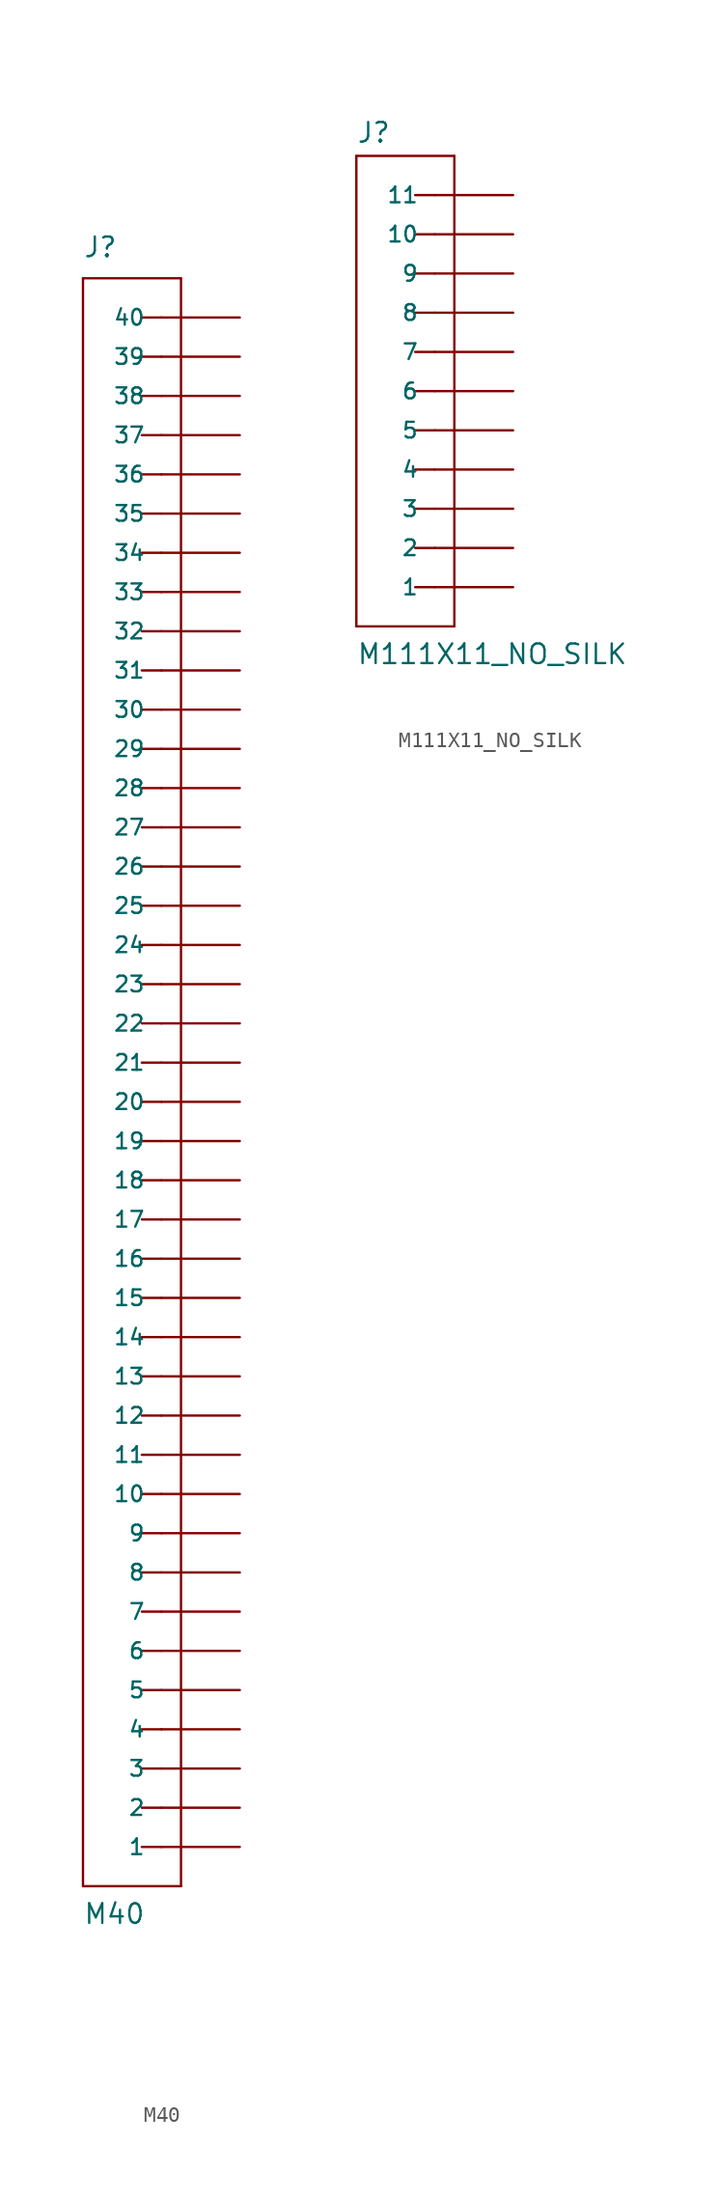
<source format=kicad_sym>
(kicad_symbol_lib
  (version 20211014)
  (generator kicad_symbol_editor)
  (symbol "M40"
    (pin_numbers hide)
    (pin_names
      (offset 1.016))
    (property "Reference" "J"
      (at 0 57.15 0)
      (effects (font (size 1.27 1.27)) (justify left bottom)))
    (property "Value" "M40"
      (at 0 -50.8 0)
      (effects (font (size 1.27 1.27)) (justify left bottom)))
    (property "Datasheet" ""
      (at 0 0 0)
      (effects (font (size 1.524 1.524))))
    (property "ki_locked" ""
      (at 0 0 0)
      (effects (font (size 1.27 1.27))))
    (symbol "M40_1_0"
      (polyline (pts (xy 0 55.88) (xy 0 -48.26)) (stroke (width 0) (type default) (color 0 0 0 0)) (fill (type none)))
      (polyline (pts (xy 0 55.88) (xy 6.35 55.88)) (stroke (width 0) (type default) (color 0 0 0 0)) (fill (type none)))
      (polyline (pts (xy 3.81 -45.72) (xy 5.08 -45.72)) (stroke (width 0) (type default) (color 0 0 0 0)) (fill (type none)))
      (polyline (pts (xy 3.81 -43.18) (xy 5.08 -43.18)) (stroke (width 0) (type default) (color 0 0 0 0)) (fill (type none)))
      (polyline (pts (xy 3.81 -40.64) (xy 5.08 -40.64)) (stroke (width 0) (type default) (color 0 0 0 0)) (fill (type none)))
      (polyline (pts (xy 3.81 -38.1) (xy 5.08 -38.1)) (stroke (width 0) (type default) (color 0 0 0 0)) (fill (type none)))
      (polyline (pts (xy 3.81 -35.56) (xy 5.08 -35.56)) (stroke (width 0) (type default) (color 0 0 0 0)) (fill (type none)))
      (polyline (pts (xy 3.81 -33.02) (xy 5.08 -33.02)) (stroke (width 0) (type default) (color 0 0 0 0)) (fill (type none)))
      (polyline (pts (xy 3.81 -30.48) (xy 5.08 -30.48)) (stroke (width 0) (type default) (color 0 0 0 0)) (fill (type none)))
      (polyline (pts (xy 3.81 -27.94) (xy 5.08 -27.94)) (stroke (width 0) (type default) (color 0 0 0 0)) (fill (type none)))
      (polyline (pts (xy 3.81 -25.4) (xy 5.08 -25.4)) (stroke (width 0) (type default) (color 0 0 0 0)) (fill (type none)))
      (polyline (pts (xy 3.81 -22.86) (xy 5.08 -22.86)) (stroke (width 0) (type default) (color 0 0 0 0)) (fill (type none)))
      (polyline (pts (xy 3.81 -20.32) (xy 5.08 -20.32)) (stroke (width 0) (type default) (color 0 0 0 0)) (fill (type none)))
      (polyline (pts (xy 3.81 -17.78) (xy 5.08 -17.78)) (stroke (width 0) (type default) (color 0 0 0 0)) (fill (type none)))
      (polyline (pts (xy 3.81 -15.24) (xy 5.08 -15.24)) (stroke (width 0) (type default) (color 0 0 0 0)) (fill (type none)))
      (polyline (pts (xy 3.81 -12.7) (xy 5.08 -12.7)) (stroke (width 0) (type default) (color 0 0 0 0)) (fill (type none)))
      (polyline (pts (xy 3.81 -10.16) (xy 5.08 -10.16)) (stroke (width 0) (type default) (color 0 0 0 0)) (fill (type none)))
      (polyline (pts (xy 3.81 -7.62) (xy 5.08 -7.62)) (stroke (width 0) (type default) (color 0 0 0 0)) (fill (type none)))
      (polyline (pts (xy 3.81 -5.08) (xy 5.08 -5.08)) (stroke (width 0) (type default) (color 0 0 0 0)) (fill (type none)))
      (polyline (pts (xy 3.81 -2.54) (xy 5.08 -2.54)) (stroke (width 0) (type default) (color 0 0 0 0)) (fill (type none)))
      (polyline (pts (xy 3.81 0) (xy 5.08 0)) (stroke (width 0) (type default) (color 0 0 0 0)) (fill (type none)))
      (polyline (pts (xy 3.81 2.54) (xy 5.08 2.54)) (stroke (width 0) (type default) (color 0 0 0 0)) (fill (type none)))
      (polyline (pts (xy 3.81 5.08) (xy 5.08 5.08)) (stroke (width 0) (type default) (color 0 0 0 0)) (fill (type none)))
      (polyline (pts (xy 3.81 7.62) (xy 5.08 7.62)) (stroke (width 0) (type default) (color 0 0 0 0)) (fill (type none)))
      (polyline (pts (xy 3.81 10.16) (xy 5.08 10.16)) (stroke (width 0) (type default) (color 0 0 0 0)) (fill (type none)))
      (polyline (pts (xy 3.81 12.7) (xy 5.08 12.7)) (stroke (width 0) (type default) (color 0 0 0 0)) (fill (type none)))
      (polyline (pts (xy 3.81 15.24) (xy 5.08 15.24)) (stroke (width 0) (type default) (color 0 0 0 0)) (fill (type none)))
      (polyline (pts (xy 3.81 17.78) (xy 5.08 17.78)) (stroke (width 0) (type default) (color 0 0 0 0)) (fill (type none)))
      (polyline (pts (xy 3.81 20.32) (xy 5.08 20.32)) (stroke (width 0) (type default) (color 0 0 0 0)) (fill (type none)))
      (polyline (pts (xy 3.81 22.86) (xy 5.08 22.86)) (stroke (width 0) (type default) (color 0 0 0 0)) (fill (type none)))
      (polyline (pts (xy 3.81 25.4) (xy 5.08 25.4)) (stroke (width 0) (type default) (color 0 0 0 0)) (fill (type none)))
      (polyline (pts (xy 3.81 27.94) (xy 5.08 27.94)) (stroke (width 0) (type default) (color 0 0 0 0)) (fill (type none)))
      (polyline (pts (xy 3.81 30.48) (xy 5.08 30.48)) (stroke (width 0) (type default) (color 0 0 0 0)) (fill (type none)))
      (polyline (pts (xy 3.81 33.02) (xy 5.08 33.02)) (stroke (width 0) (type default) (color 0 0 0 0)) (fill (type none)))
      (polyline (pts (xy 3.81 35.56) (xy 5.08 35.56)) (stroke (width 0) (type default) (color 0 0 0 0)) (fill (type none)))
      (polyline (pts (xy 3.81 38.1) (xy 5.08 38.1)) (stroke (width 0) (type default) (color 0 0 0 0)) (fill (type none)))
      (polyline (pts (xy 3.81 40.64) (xy 5.08 40.64)) (stroke (width 0) (type default) (color 0 0 0 0)) (fill (type none)))
      (polyline (pts (xy 3.81 43.18) (xy 5.08 43.18)) (stroke (width 0) (type default) (color 0 0 0 0)) (fill (type none)))
      (polyline (pts (xy 3.81 45.72) (xy 5.08 45.72)) (stroke (width 0) (type default) (color 0 0 0 0)) (fill (type none)))
      (polyline (pts (xy 3.81 48.26) (xy 5.08 48.26)) (stroke (width 0) (type default) (color 0 0 0 0)) (fill (type none)))
      (polyline (pts (xy 3.81 50.8) (xy 5.08 50.8)) (stroke (width 0) (type default) (color 0 0 0 0)) (fill (type none)))
      (polyline (pts (xy 3.81 53.34) (xy 5.08 53.34)) (stroke (width 0) (type default) (color 0 0 0 0)) (fill (type none)))
      (polyline (pts (xy 6.35 -48.26) (xy 0 -48.26)) (stroke (width 0) (type default) (color 0 0 0 0)) (fill (type none)))
      (polyline (pts (xy 6.35 -48.26) (xy 6.35 55.88)) (stroke (width 0) (type default) (color 0 0 0 0)) (fill (type none))))
    (symbol "M40_1_1"
      (pin passive line (at 10.16 -45.72 180) (length 5.08) (name "1" (effects (font (size 1.016 1.016)))) (number "1" (effects (font (size 1.016 1.016)))))
      (pin passive line (at 10.16 -22.86 180) (length 5.08) (name "10" (effects (font (size 1.016 1.016)))) (number "10" (effects (font (size 1.016 1.016)))))
      (pin passive line (at 10.16 -20.32 180) (length 5.08) (name "11" (effects (font (size 1.016 1.016)))) (number "11" (effects (font (size 1.016 1.016)))))
      (pin passive line (at 10.16 -17.78 180) (length 5.08) (name "12" (effects (font (size 1.016 1.016)))) (number "12" (effects (font (size 1.016 1.016)))))
      (pin passive line (at 10.16 -15.24 180) (length 5.08) (name "13" (effects (font (size 1.016 1.016)))) (number "13" (effects (font (size 1.016 1.016)))))
      (pin passive line (at 10.16 -12.7 180) (length 5.08) (name "14" (effects (font (size 1.016 1.016)))) (number "14" (effects (font (size 1.016 1.016)))))
      (pin passive line (at 10.16 -10.16 180) (length 5.08) (name "15" (effects (font (size 1.016 1.016)))) (number "15" (effects (font (size 1.016 1.016)))))
      (pin passive line (at 10.16 -7.62 180) (length 5.08) (name "16" (effects (font (size 1.016 1.016)))) (number "16" (effects (font (size 1.016 1.016)))))
      (pin passive line (at 10.16 -5.08 180) (length 5.08) (name "17" (effects (font (size 1.016 1.016)))) (number "17" (effects (font (size 1.016 1.016)))))
      (pin passive line (at 10.16 -2.54 180) (length 5.08) (name "18" (effects (font (size 1.016 1.016)))) (number "18" (effects (font (size 1.016 1.016)))))
      (pin passive line (at 10.16 0 180) (length 5.08) (name "19" (effects (font (size 1.016 1.016)))) (number "19" (effects (font (size 1.016 1.016)))))
      (pin passive line (at 10.16 -43.18 180) (length 5.08) (name "2" (effects (font (size 1.016 1.016)))) (number "2" (effects (font (size 1.016 1.016)))))
      (pin passive line (at 10.16 2.54 180) (length 5.08) (name "20" (effects (font (size 1.016 1.016)))) (number "20" (effects (font (size 1.016 1.016)))))
      (pin passive line (at 10.16 5.08 180) (length 5.08) (name "21" (effects (font (size 1.016 1.016)))) (number "21" (effects (font (size 1.016 1.016)))))
      (pin passive line (at 10.16 7.62 180) (length 5.08) (name "22" (effects (font (size 1.016 1.016)))) (number "22" (effects (font (size 1.016 1.016)))))
      (pin passive line (at 10.16 10.16 180) (length 5.08) (name "23" (effects (font (size 1.016 1.016)))) (number "23" (effects (font (size 1.016 1.016)))))
      (pin passive line (at 10.16 12.7 180) (length 5.08) (name "24" (effects (font (size 1.016 1.016)))) (number "24" (effects (font (size 1.016 1.016)))))
      (pin passive line (at 10.16 15.24 180) (length 5.08) (name "25" (effects (font (size 1.016 1.016)))) (number "25" (effects (font (size 1.016 1.016)))))
      (pin passive line (at 10.16 17.78 180) (length 5.08) (name "26" (effects (font (size 1.016 1.016)))) (number "26" (effects (font (size 1.016 1.016)))))
      (pin passive line (at 10.16 20.32 180) (length 5.08) (name "27" (effects (font (size 1.016 1.016)))) (number "27" (effects (font (size 1.016 1.016)))))
      (pin passive line (at 10.16 22.86 180) (length 5.08) (name "28" (effects (font (size 1.016 1.016)))) (number "28" (effects (font (size 1.016 1.016)))))
      (pin passive line (at 10.16 25.4 180) (length 5.08) (name "29" (effects (font (size 1.016 1.016)))) (number "29" (effects (font (size 1.016 1.016)))))
      (pin passive line (at 10.16 -40.64 180) (length 5.08) (name "3" (effects (font (size 1.016 1.016)))) (number "3" (effects (font (size 1.016 1.016)))))
      (pin passive line (at 10.16 27.94 180) (length 5.08) (name "30" (effects (font (size 1.016 1.016)))) (number "30" (effects (font (size 1.016 1.016)))))
      (pin passive line (at 10.16 30.48 180) (length 5.08) (name "31" (effects (font (size 1.016 1.016)))) (number "31" (effects (font (size 1.016 1.016)))))
      (pin passive line (at 10.16 33.02 180) (length 5.08) (name "32" (effects (font (size 1.016 1.016)))) (number "32" (effects (font (size 1.016 1.016)))))
      (pin passive line (at 10.16 35.56 180) (length 5.08) (name "33" (effects (font (size 1.016 1.016)))) (number "33" (effects (font (size 1.016 1.016)))))
      (pin passive line (at 10.16 38.1 180) (length 5.08) (name "34" (effects (font (size 1.016 1.016)))) (number "34" (effects (font (size 1.016 1.016)))))
      (pin passive line (at 10.16 40.64 180) (length 5.08) (name "35" (effects (font (size 1.016 1.016)))) (number "35" (effects (font (size 1.016 1.016)))))
      (pin passive line (at 10.16 43.18 180) (length 5.08) (name "36" (effects (font (size 1.016 1.016)))) (number "36" (effects (font (size 1.016 1.016)))))
      (pin passive line (at 10.16 45.72 180) (length 5.08) (name "37" (effects (font (size 1.016 1.016)))) (number "37" (effects (font (size 1.016 1.016)))))
      (pin passive line (at 10.16 48.26 180) (length 5.08) (name "38" (effects (font (size 1.016 1.016)))) (number "38" (effects (font (size 1.016 1.016)))))
      (pin passive line (at 10.16 50.8 180) (length 5.08) (name "39" (effects (font (size 1.016 1.016)))) (number "39" (effects (font (size 1.016 1.016)))))
      (pin passive line (at 10.16 -38.1 180) (length 5.08) (name "4" (effects (font (size 1.016 1.016)))) (number "4" (effects (font (size 1.016 1.016)))))
      (pin passive line (at 10.16 53.34 180) (length 5.08) (name "40" (effects (font (size 1.016 1.016)))) (number "40" (effects (font (size 1.016 1.016)))))
      (pin passive line (at 10.16 -35.56 180) (length 5.08) (name "5" (effects (font (size 1.016 1.016)))) (number "5" (effects (font (size 1.016 1.016)))))
      (pin passive line (at 10.16 -33.02 180) (length 5.08) (name "6" (effects (font (size 1.016 1.016)))) (number "6" (effects (font (size 1.016 1.016)))))
      (pin passive line (at 10.16 -30.48 180) (length 5.08) (name "7" (effects (font (size 1.016 1.016)))) (number "7" (effects (font (size 1.016 1.016)))))
      (pin passive line (at 10.16 -27.94 180) (length 5.08) (name "8" (effects (font (size 1.016 1.016)))) (number "8" (effects (font (size 1.016 1.016)))))
      (pin passive line (at 10.16 -25.4 180) (length 5.08) (name "9" (effects (font (size 1.016 1.016)))) (number "9" (effects (font (size 1.016 1.016)))))))
  (symbol "M111X11_NO_SILK"
    (pin_numbers hide)
    (pin_names
      (offset 1.016))
    (property "Reference" "J"
      (at 0 16.002 0)
      (effects (font (size 1.27 1.27)) (justify left bottom)))
    (property "Value" "M111X11_NO_SILK"
      (at 0 -17.78 0)
      (effects (font (size 1.27 1.27)) (justify left bottom)))
    (property "Datasheet" ""
      (at 0 0 0)
      (effects (font (size 1.524 1.524))))
    (property "ki_locked" ""
      (at 0 0 0)
      (effects (font (size 1.27 1.27))))
    (symbol "M111X11_NO_SILK_1_0"
      (polyline (pts (xy 0 15.24) (xy 0 -15.24)) (stroke (width 0) (type default) (color 0 0 0 0)) (fill (type none)))
      (polyline (pts (xy 0 15.24) (xy 6.35 15.24)) (stroke (width 0) (type default) (color 0 0 0 0)) (fill (type none)))
      (polyline (pts (xy 3.81 -12.7) (xy 5.08 -12.7)) (stroke (width 0) (type default) (color 0 0 0 0)) (fill (type none)))
      (polyline (pts (xy 3.81 -10.16) (xy 5.08 -10.16)) (stroke (width 0) (type default) (color 0 0 0 0)) (fill (type none)))
      (polyline (pts (xy 3.81 -7.62) (xy 5.08 -7.62)) (stroke (width 0) (type default) (color 0 0 0 0)) (fill (type none)))
      (polyline (pts (xy 3.81 -5.08) (xy 5.08 -5.08)) (stroke (width 0) (type default) (color 0 0 0 0)) (fill (type none)))
      (polyline (pts (xy 3.81 -2.54) (xy 5.08 -2.54)) (stroke (width 0) (type default) (color 0 0 0 0)) (fill (type none)))
      (polyline (pts (xy 3.81 0) (xy 5.08 0)) (stroke (width 0) (type default) (color 0 0 0 0)) (fill (type none)))
      (polyline (pts (xy 3.81 2.54) (xy 5.08 2.54)) (stroke (width 0) (type default) (color 0 0 0 0)) (fill (type none)))
      (polyline (pts (xy 3.81 5.08) (xy 5.08 5.08)) (stroke (width 0) (type default) (color 0 0 0 0)) (fill (type none)))
      (polyline (pts (xy 3.81 7.62) (xy 5.08 7.62)) (stroke (width 0) (type default) (color 0 0 0 0)) (fill (type none)))
      (polyline (pts (xy 3.81 10.16) (xy 5.08 10.16)) (stroke (width 0) (type default) (color 0 0 0 0)) (fill (type none)))
      (polyline (pts (xy 3.81 12.7) (xy 5.08 12.7)) (stroke (width 0) (type default) (color 0 0 0 0)) (fill (type none)))
      (polyline (pts (xy 6.35 -15.24) (xy 0 -15.24)) (stroke (width 0) (type default) (color 0 0 0 0)) (fill (type none)))
      (polyline (pts (xy 6.35 -15.24) (xy 6.35 15.24)) (stroke (width 0) (type default) (color 0 0 0 0)) (fill (type none))))
    (symbol "M111X11_NO_SILK_1_1"
      (pin passive line (at 10.16 -12.7 180) (length 5.08) (name "1" (effects (font (size 1.016 1.016)))) (number "1" (effects (font (size 1.016 1.016)))))
      (pin passive line (at 10.16 10.16 180) (length 5.08) (name "10" (effects (font (size 1.016 1.016)))) (number "10" (effects (font (size 1.016 1.016)))))
      (pin passive line (at 10.16 12.7 180) (length 5.08) (name "11" (effects (font (size 1.016 1.016)))) (number "11" (effects (font (size 1.016 1.016)))))
      (pin passive line (at 10.16 -10.16 180) (length 5.08) (name "2" (effects (font (size 1.016 1.016)))) (number "2" (effects (font (size 1.016 1.016)))))
      (pin passive line (at 10.16 -7.62 180) (length 5.08) (name "3" (effects (font (size 1.016 1.016)))) (number "3" (effects (font (size 1.016 1.016)))))
      (pin passive line (at 10.16 -5.08 180) (length 5.08) (name "4" (effects (font (size 1.016 1.016)))) (number "4" (effects (font (size 1.016 1.016)))))
      (pin passive line (at 10.16 -2.54 180) (length 5.08) (name "5" (effects (font (size 1.016 1.016)))) (number "5" (effects (font (size 1.016 1.016)))))
      (pin passive line (at 10.16 0 180) (length 5.08) (name "6" (effects (font (size 1.016 1.016)))) (number "6" (effects (font (size 1.016 1.016)))))
      (pin passive line (at 10.16 2.54 180) (length 5.08) (name "7" (effects (font (size 1.016 1.016)))) (number "7" (effects (font (size 1.016 1.016)))))
      (pin passive line (at 10.16 5.08 180) (length 5.08) (name "8" (effects (font (size 1.016 1.016)))) (number "8" (effects (font (size 1.016 1.016)))))
      (pin passive line (at 10.16 7.62 180) (length 5.08) (name "9" (effects (font (size 1.016 1.016)))) (number "9" (effects (font (size 1.016 1.016))))))))
</source>
